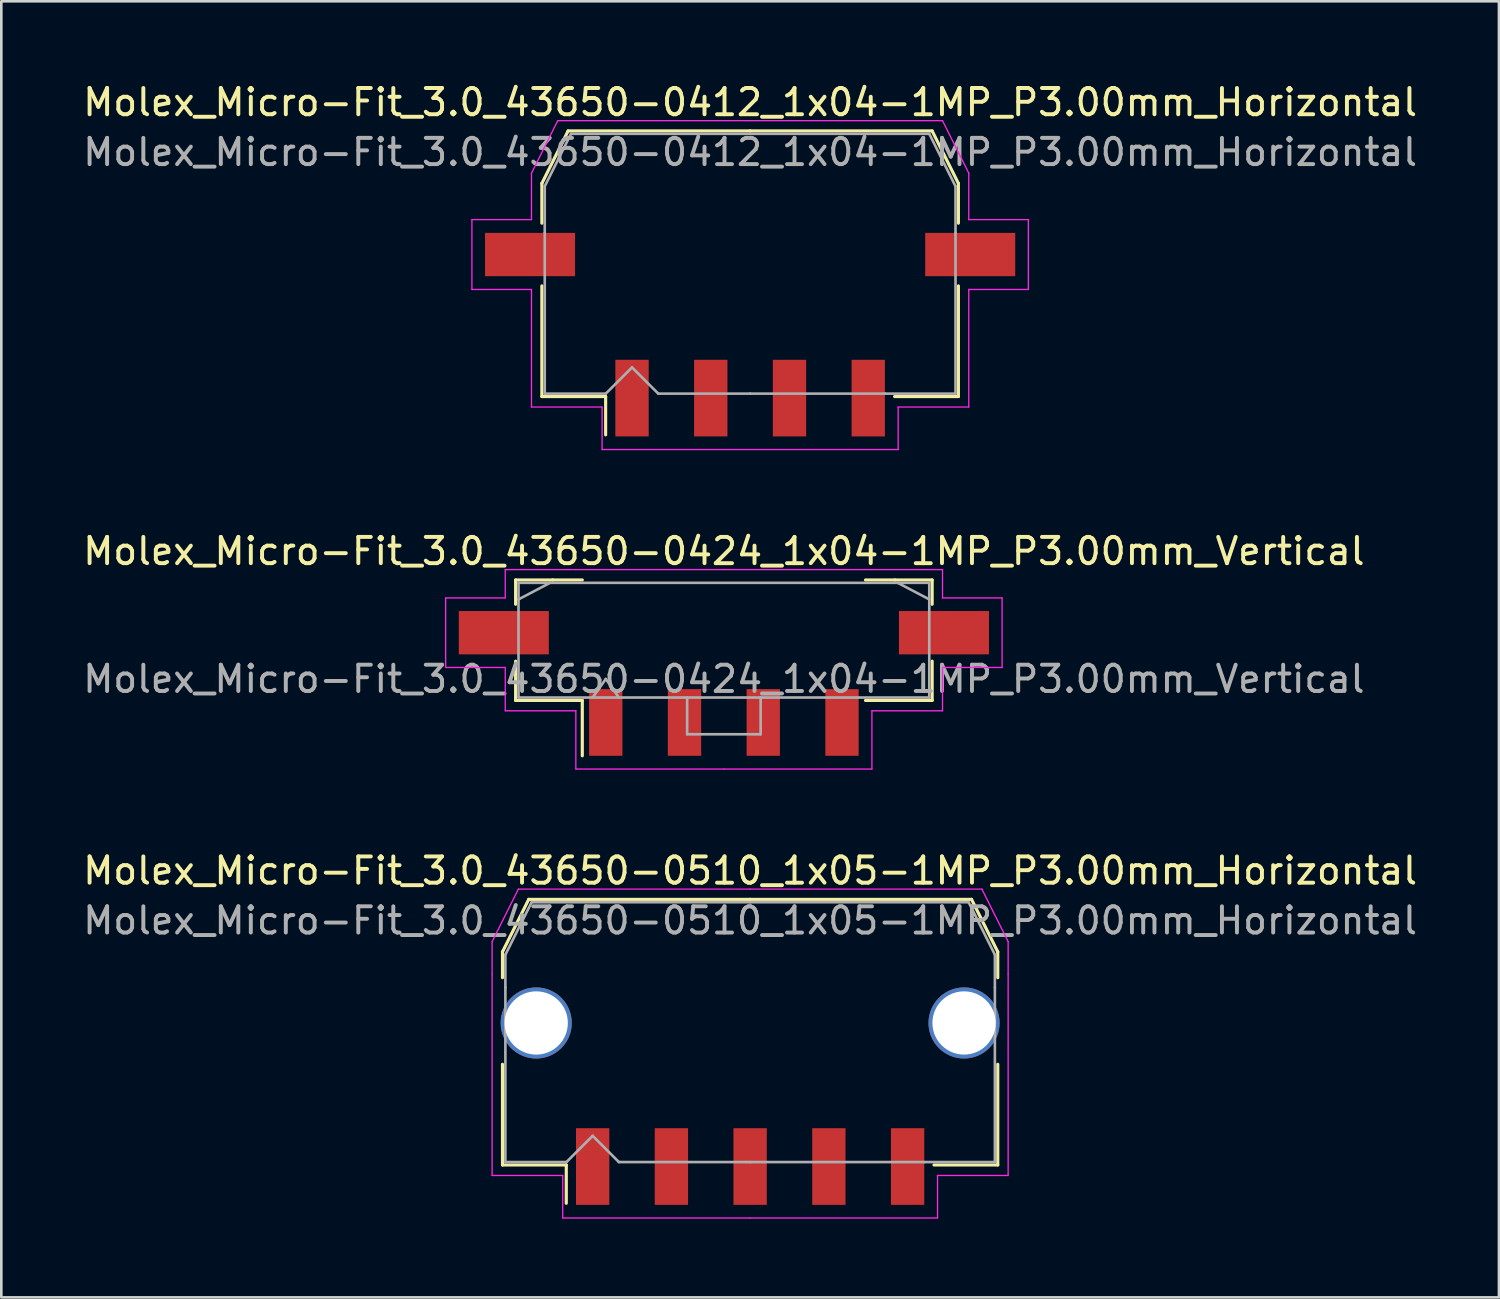
<source format=kicad_pcb>
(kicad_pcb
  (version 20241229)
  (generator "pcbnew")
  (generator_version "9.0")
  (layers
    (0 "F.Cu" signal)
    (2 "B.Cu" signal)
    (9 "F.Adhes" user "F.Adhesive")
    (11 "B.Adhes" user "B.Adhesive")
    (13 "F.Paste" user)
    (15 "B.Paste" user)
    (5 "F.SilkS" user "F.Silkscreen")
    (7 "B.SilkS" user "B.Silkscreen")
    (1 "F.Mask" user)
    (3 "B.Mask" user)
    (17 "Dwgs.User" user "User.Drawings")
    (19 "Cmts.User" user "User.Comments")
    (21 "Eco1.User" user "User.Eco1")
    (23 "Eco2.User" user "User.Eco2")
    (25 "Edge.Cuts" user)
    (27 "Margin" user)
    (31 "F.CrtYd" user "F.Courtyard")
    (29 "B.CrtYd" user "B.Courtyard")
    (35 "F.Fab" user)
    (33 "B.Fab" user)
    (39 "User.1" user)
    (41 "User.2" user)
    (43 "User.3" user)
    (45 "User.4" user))
  (footprint "Molex_Micro-Fit_3.0_43650-0424_1x04-1MP_P3.00mm_Vertical"
    (layer "F.Cu")
    (at 24.53 21.341)
    (property "Reference" "Molex_Micro-Fit_3.0_43650-0424_1x04-1MP_P3.00mm_Vertical" (at 0 -3.39 0) (layer "F.SilkS") (effects (font (size 1 1) (thickness 0.15))))
    (attr smd)
    (fp_line (start -7.935 -2.295) (end -6.515 -2.295) (stroke (width 0.12) (type solid)) (layer "F.SilkS"))
    (fp_line (start -7.935 -1.37) (end -7.935 -2.295) (stroke (width 0.12) (type solid)) (layer "F.SilkS"))
    (fp_line (start -7.935 0.8) (end -7.935 2.295) (stroke (width 0.12) (type solid)) (layer "F.SilkS"))
    (fp_line (start -7.935 2.295) (end -5.395 2.295) (stroke (width 0.12) (type solid)) (layer "F.SilkS"))
    (fp_line (start -6.515 -2.295) (end -5.395 -2.295) (stroke (width 0.12) (type solid)) (layer "F.SilkS"))
    (fp_line (start -5.395 2.295) (end -5.395 4.405) (stroke (width 0.12) (type solid)) (layer "F.SilkS"))
    (fp_line (start 6.515 -2.295) (end 5.395 -2.295) (stroke (width 0.12) (type solid)) (layer "F.SilkS"))
    (fp_line (start 7.935 -2.295) (end 6.515 -2.295) (stroke (width 0.12) (type solid)) (layer "F.SilkS"))
    (fp_line (start 7.935 -1.37) (end 7.935 -2.295) (stroke (width 0.12) (type solid)) (layer "F.SilkS"))
    (fp_line (start 7.935 0.8) (end 7.935 2.295) (stroke (width 0.12) (type solid)) (layer "F.SilkS"))
    (fp_line (start 7.935 2.295) (end 5.395 2.295) (stroke (width 0.12) (type solid)) (layer "F.SilkS"))
    (fp_line (start -10.6 -1.61) (end -10.6 1.04) (stroke (width 0.05) (type solid)) (layer "F.CrtYd"))
    (fp_line (start -10.6 1.04) (end -8.33 1.04) (stroke (width 0.05) (type solid)) (layer "F.CrtYd"))
    (fp_line (start -8.33 -2.69) (end -8.33 -1.61) (stroke (width 0.05) (type solid)) (layer "F.CrtYd"))
    (fp_line (start -8.33 -1.61) (end -10.6 -1.61) (stroke (width 0.05) (type solid)) (layer "F.CrtYd"))
    (fp_line (start -8.33 1.04) (end -8.33 2.69) (stroke (width 0.05) (type solid)) (layer "F.CrtYd"))
    (fp_line (start -8.33 2.69) (end -5.64 2.69) (stroke (width 0.05) (type solid)) (layer "F.CrtYd"))
    (fp_line (start -5.64 -2.69) (end -8.33 -2.69) (stroke (width 0.05) (type solid)) (layer "F.CrtYd"))
    (fp_line (start -5.64 2.69) (end -5.64 4.91) (stroke (width 0.05) (type solid)) (layer "F.CrtYd"))
    (fp_line (start -5.64 4.91) (end 0 4.91) (stroke (width 0.05) (type solid)) (layer "F.CrtYd"))
    (fp_line (start 0 -2.69) (end -5.64 -2.69) (stroke (width 0.05) (type solid)) (layer "F.CrtYd"))
    (fp_line (start 0 -2.69) (end 5.64 -2.69) (stroke (width 0.05) (type solid)) (layer "F.CrtYd"))
    (fp_line (start 5.64 -2.69) (end 8.33 -2.69) (stroke (width 0.05) (type solid)) (layer "F.CrtYd"))
    (fp_line (start 5.64 2.69) (end 5.64 4.91) (stroke (width 0.05) (type solid)) (layer "F.CrtYd"))
    (fp_line (start 5.64 4.91) (end 0 4.91) (stroke (width 0.05) (type solid)) (layer "F.CrtYd"))
    (fp_line (start 8.33 -2.69) (end 8.33 -1.61) (stroke (width 0.05) (type solid)) (layer "F.CrtYd"))
    (fp_line (start 8.33 -1.61) (end 10.6 -1.61) (stroke (width 0.05) (type solid)) (layer "F.CrtYd"))
    (fp_line (start 8.33 1.04) (end 8.33 2.69) (stroke (width 0.05) (type solid)) (layer "F.CrtYd"))
    (fp_line (start 8.33 2.69) (end 5.64 2.69) (stroke (width 0.05) (type solid)) (layer "F.CrtYd"))
    (fp_line (start 10.6 -1.61) (end 10.6 1.04) (stroke (width 0.05) (type solid)) (layer "F.CrtYd"))
    (fp_line (start 10.6 1.04) (end 8.33 1.04) (stroke (width 0.05) (type solid)) (layer "F.CrtYd"))
    (fp_line (start -7.825 -2.185) (end -7.825 2.185) (stroke (width 0.1) (type solid)) (layer "F.Fab"))
    (fp_line (start -7.825 -1.555) (end -6.625 -2.185) (stroke (width 0.1) (type solid)) (layer "F.Fab"))
    (fp_line (start -7.825 2.185) (end 7.825 2.185) (stroke (width 0.1) (type solid)) (layer "F.Fab"))
    (fp_line (start -6.625 -2.185) (end -7.825 -2.185) (stroke (width 0.1) (type solid)) (layer "F.Fab"))
    (fp_line (start -5 2.185) (end -4.5 1.478) (stroke (width 0.1) (type solid)) (layer "F.Fab"))
    (fp_line (start -4.5 1.478) (end -4 2.185) (stroke (width 0.1) (type solid)) (layer "F.Fab"))
    (fp_line (start -1.4 2.185) (end -1.4 3.585) (stroke (width 0.1) (type solid)) (layer "F.Fab"))
    (fp_line (start -1.4 3.585) (end 1.4 3.585) (stroke (width 0.1) (type solid)) (layer "F.Fab"))
    (fp_line (start 1.4 3.585) (end 1.4 2.185) (stroke (width 0.1) (type solid)) (layer "F.Fab"))
    (fp_line (start 6.625 -2.185) (end -6.625 -2.185) (stroke (width 0.1) (type solid)) (layer "F.Fab"))
    (fp_line (start 7.825 -2.185) (end 6.625 -2.185) (stroke (width 0.1) (type solid)) (layer "F.Fab"))
    (fp_line (start 7.825 -1.555) (end 6.625 -2.185) (stroke (width 0.1) (type solid)) (layer "F.Fab"))
    (fp_line (start 7.825 2.185) (end 7.825 -2.185) (stroke (width 0.1) (type solid)) (layer "F.Fab"))
    (fp_text user "${REFERENCE}" (at 0 1.48 0) (layer "F.Fab") (effects (font (size 1 1) (thickness 0.15))))
    (pad "1" smd rect (at -4.5 3.135) (size 1.27 2.54) (layers "F.Cu" "F.Mask" "F.Paste"))
    (pad "2" smd rect (at -1.5 3.135) (size 1.27 2.54) (layers "F.Cu" "F.Mask" "F.Paste"))
    (pad "3" smd rect (at 1.5 3.135) (size 1.27 2.54) (layers "F.Cu" "F.Mask" "F.Paste"))
    (pad "4" smd rect (at 4.5 3.135) (size 1.27 2.54) (layers "F.Cu" "F.Mask" "F.Paste"))
    (pad "MP" smd rect (at -8.385 -0.285) (size 3.43 1.65) (layers "F.Cu" "F.Mask" "F.Paste"))
    (pad "MP" smd rect (at 8.385 -0.285) (size 3.43 1.65) (layers "F.Cu" "F.Mask" "F.Paste")))
  (footprint "Molex_Micro-Fit_3.0_43650-0510_1x05-1MP_P3.00mm_Horizontal"
    (layer "F.Cu")
    (at 25.53 36.275)
    (property "Reference" "Molex_Micro-Fit_3.0_43650-0510_1x05-1MP_P3.00mm_Horizontal" (at 0 -6.15 0) (layer "F.SilkS") (effects (font (size 1 1) (thickness 0.15))))
    (attr smd)
    (fp_line (start -9.435 -3.06) (end -9.435 -2.075) (stroke (width 0.12) (type solid)) (layer "F.SilkS"))
    (fp_line (start -9.435 1.225) (end -9.435 5.06) (stroke (width 0.12) (type solid)) (layer "F.SilkS"))
    (fp_line (start -9.435 5.06) (end -7.005 5.06) (stroke (width 0.12) (type solid)) (layer "F.SilkS"))
    (fp_line (start -8.435 -5.06) (end -9.435 -3.06) (stroke (width 0.12) (type solid)) (layer "F.SilkS"))
    (fp_line (start -7.005 5.06) (end -7.005 6.52) (stroke (width 0.12) (type solid)) (layer "F.SilkS"))
    (fp_line (start 0 -5.06) (end -8.435 -5.06) (stroke (width 0.12) (type solid)) (layer "F.SilkS"))
    (fp_line (start 0 -5.06) (end 8.435 -5.06) (stroke (width 0.12) (type solid)) (layer "F.SilkS"))
    (fp_line (start 8.435 -5.06) (end 9.435 -3.06) (stroke (width 0.12) (type solid)) (layer "F.SilkS"))
    (fp_line (start 9.435 -3.06) (end 9.435 -2.075) (stroke (width 0.12) (type solid)) (layer "F.SilkS"))
    (fp_line (start 9.435 1.225) (end 9.435 5.06) (stroke (width 0.12) (type solid)) (layer "F.SilkS"))
    (fp_line (start 9.435 5.06) (end 7.005 5.06) (stroke (width 0.12) (type solid)) (layer "F.SilkS"))
    (fp_line (start -9.83 -3.45) (end -9.83 -2.21) (stroke (width 0.05) (type solid)) (layer "F.CrtYd"))
    (fp_line (start -9.83 -2.21) (end -9.83 5.46) (stroke (width 0.05) (type solid)) (layer "F.CrtYd"))
    (fp_line (start -9.83 5.46) (end -7.14 5.46) (stroke (width 0.05) (type solid)) (layer "F.CrtYd"))
    (fp_line (start -8.83 -5.45) (end -9.83 -3.45) (stroke (width 0.05) (type solid)) (layer "F.CrtYd"))
    (fp_line (start -7.14 5.46) (end -7.14 7.08) (stroke (width 0.05) (type solid)) (layer "F.CrtYd"))
    (fp_line (start -7.14 7.08) (end 0 7.08) (stroke (width 0.05) (type solid)) (layer "F.CrtYd"))
    (fp_line (start 0 -5.45) (end -8.83 -5.45) (stroke (width 0.05) (type solid)) (layer "F.CrtYd"))
    (fp_line (start 0 -5.45) (end 8.83 -5.45) (stroke (width 0.05) (type solid)) (layer "F.CrtYd"))
    (fp_line (start 7.14 5.46) (end 7.14 7.08) (stroke (width 0.05) (type solid)) (layer "F.CrtYd"))
    (fp_line (start 7.14 7.08) (end 0 7.08) (stroke (width 0.05) (type solid)) (layer "F.CrtYd"))
    (fp_line (start 8.83 -5.45) (end 9.83 -3.45) (stroke (width 0.05) (type solid)) (layer "F.CrtYd"))
    (fp_line (start 9.83 -3.45) (end 9.83 -2.21) (stroke (width 0.05) (type solid)) (layer "F.CrtYd"))
    (fp_line (start 9.83 -2.21) (end 9.83 5.46) (stroke (width 0.05) (type solid)) (layer "F.CrtYd"))
    (fp_line (start 9.83 5.46) (end 7.14 5.46) (stroke (width 0.05) (type solid)) (layer "F.CrtYd"))
    (fp_line (start -9.325 -2.95) (end -9.325 -1.705) (stroke (width 0.1) (type solid)) (layer "F.Fab"))
    (fp_line (start -9.325 -1.705) (end -9.325 4.95) (stroke (width 0.1) (type solid)) (layer "F.Fab"))
    (fp_line (start -9.325 4.95) (end -7 4.95) (stroke (width 0.1) (type solid)) (layer "F.Fab"))
    (fp_line (start -8.325 -4.95) (end -9.325 -2.95) (stroke (width 0.1) (type solid)) (layer "F.Fab"))
    (fp_line (start -7 4.95) (end -6 3.95) (stroke (width 0.1) (type solid)) (layer "F.Fab"))
    (fp_line (start -6 3.95) (end -5 4.95) (stroke (width 0.1) (type solid)) (layer "F.Fab"))
    (fp_line (start -5 4.95) (end 0 4.95) (stroke (width 0.1) (type solid)) (layer "F.Fab"))
    (fp_line (start 0 -4.95) (end -8.325 -4.95) (stroke (width 0.1) (type solid)) (layer "F.Fab"))
    (fp_line (start 0 -4.95) (end 8.325 -4.95) (stroke (width 0.1) (type solid)) (layer "F.Fab"))
    (fp_line (start 6.635 4.95) (end 0 4.95) (stroke (width 0.1) (type solid)) (layer "F.Fab"))
    (fp_line (start 8.325 -4.95) (end 9.325 -2.95) (stroke (width 0.1) (type solid)) (layer "F.Fab"))
    (fp_line (start 9.325 -2.95) (end 9.325 -1.705) (stroke (width 0.1) (type solid)) (layer "F.Fab"))
    (fp_line (start 9.325 -1.705) (end 9.325 4.95) (stroke (width 0.1) (type solid)) (layer "F.Fab"))
    (fp_line (start 9.325 4.95) (end 6.635 4.95) (stroke (width 0.1) (type solid)) (layer "F.Fab"))
    (fp_text user "${REFERENCE}" (at 0 -4.25 0) (layer "F.Fab") (effects (font (size 1 1) (thickness 0.15))))
    (pad "1" smd rect (at -6 5.12) (size 1.27 2.92) (layers "F.Cu" "F.Mask" "F.Paste"))
    (pad "2" smd rect (at -3 5.12) (size 1.27 2.92) (layers "F.Cu" "F.Mask" "F.Paste"))
    (pad "3" smd rect (at 0 5.12) (size 1.27 2.92) (layers "F.Cu" "F.Mask" "F.Paste"))
    (pad "4" smd rect (at 3 5.12) (size 1.27 2.92) (layers "F.Cu" "F.Mask" "F.Paste"))
    (pad "5" smd rect (at 6 5.12) (size 1.27 2.92) (layers "F.Cu" "F.Mask" "F.Paste"))
    (pad "MP" thru_hole circle (at -8.15 -0.35) (size 2.71 2.71) (drill 2.41) (property pad_prop_heatsink) (layers "*.Cu" "*.Mask"))
    (pad "MP" thru_hole circle (at 8.15 -0.35) (size 2.71 2.71) (drill 2.41) (property pad_prop_heatsink) (layers "*.Cu" "*.Mask")))
  (footprint "Molex_Micro-Fit_3.0_43650-0412_1x04-1MP_P3.00mm_Horizontal"
    (layer "F.Cu")
    (at 25.53 6.998)
    (property "Reference" "Molex_Micro-Fit_3.0_43650-0412_1x04-1MP_P3.00mm_Horizontal" (at 0 -6.15 0) (layer "F.SilkS") (effects (font (size 1 1) (thickness 0.15))))
    (attr smd)
    (fp_line (start -7.935 -3.06) (end -7.935 -1.545) (stroke (width 0.12) (type solid)) (layer "F.SilkS"))
    (fp_line (start -7.935 0.845) (end -7.935 5.06) (stroke (width 0.12) (type solid)) (layer "F.SilkS"))
    (fp_line (start -7.935 5.06) (end -5.505 5.06) (stroke (width 0.12) (type solid)) (layer "F.SilkS"))
    (fp_line (start -6.935 -5.06) (end -7.935 -3.06) (stroke (width 0.12) (type solid)) (layer "F.SilkS"))
    (fp_line (start -5.505 5.06) (end -5.505 6.52) (stroke (width 0.12) (type solid)) (layer "F.SilkS"))
    (fp_line (start 0 -5.06) (end -6.935 -5.06) (stroke (width 0.12) (type solid)) (layer "F.SilkS"))
    (fp_line (start 0 -5.06) (end 6.935 -5.06) (stroke (width 0.12) (type solid)) (layer "F.SilkS"))
    (fp_line (start 6.935 -5.06) (end 7.935 -3.06) (stroke (width 0.12) (type solid)) (layer "F.SilkS"))
    (fp_line (start 7.935 -3.06) (end 7.935 -1.545) (stroke (width 0.12) (type solid)) (layer "F.SilkS"))
    (fp_line (start 7.935 0.845) (end 7.935 5.06) (stroke (width 0.12) (type solid)) (layer "F.SilkS"))
    (fp_line (start 7.935 5.06) (end 5.505 5.06) (stroke (width 0.12) (type solid)) (layer "F.SilkS"))
    (fp_line (start -10.6 -1.68) (end -10.6 0.98) (stroke (width 0.05) (type solid)) (layer "F.CrtYd"))
    (fp_line (start -10.6 0.98) (end -8.33 0.98) (stroke (width 0.05) (type solid)) (layer "F.CrtYd"))
    (fp_line (start -8.33 -3.45) (end -8.33 -1.68) (stroke (width 0.05) (type solid)) (layer "F.CrtYd"))
    (fp_line (start -8.33 -1.68) (end -10.6 -1.68) (stroke (width 0.05) (type solid)) (layer "F.CrtYd"))
    (fp_line (start -8.33 0.98) (end -8.33 5.46) (stroke (width 0.05) (type solid)) (layer "F.CrtYd"))
    (fp_line (start -8.33 5.46) (end -5.64 5.46) (stroke (width 0.05) (type solid)) (layer "F.CrtYd"))
    (fp_line (start -7.33 -5.45) (end -8.33 -3.45) (stroke (width 0.05) (type solid)) (layer "F.CrtYd"))
    (fp_line (start -5.64 5.46) (end -5.64 7.08) (stroke (width 0.05) (type solid)) (layer "F.CrtYd"))
    (fp_line (start -5.64 7.08) (end 0 7.08) (stroke (width 0.05) (type solid)) (layer "F.CrtYd"))
    (fp_line (start 0 -5.45) (end -7.33 -5.45) (stroke (width 0.05) (type solid)) (layer "F.CrtYd"))
    (fp_line (start 0 -5.45) (end 7.33 -5.45) (stroke (width 0.05) (type solid)) (layer "F.CrtYd"))
    (fp_line (start 5.64 5.46) (end 5.64 7.08) (stroke (width 0.05) (type solid)) (layer "F.CrtYd"))
    (fp_line (start 5.64 7.08) (end 0 7.08) (stroke (width 0.05) (type solid)) (layer "F.CrtYd"))
    (fp_line (start 7.33 -5.45) (end 8.33 -3.45) (stroke (width 0.05) (type solid)) (layer "F.CrtYd"))
    (fp_line (start 8.33 -3.45) (end 8.33 -1.68) (stroke (width 0.05) (type solid)) (layer "F.CrtYd"))
    (fp_line (start 8.33 -1.68) (end 10.6 -1.68) (stroke (width 0.05) (type solid)) (layer "F.CrtYd"))
    (fp_line (start 8.33 0.98) (end 8.33 5.46) (stroke (width 0.05) (type solid)) (layer "F.CrtYd"))
    (fp_line (start 8.33 5.46) (end 5.64 5.46) (stroke (width 0.05) (type solid)) (layer "F.CrtYd"))
    (fp_line (start 10.6 -1.68) (end 10.6 0.98) (stroke (width 0.05) (type solid)) (layer "F.CrtYd"))
    (fp_line (start 10.6 0.98) (end 8.33 0.98) (stroke (width 0.05) (type solid)) (layer "F.CrtYd"))
    (fp_line (start -7.825 -2.95) (end -7.825 -1.175) (stroke (width 0.1) (type solid)) (layer "F.Fab"))
    (fp_line (start -7.825 -1.175) (end -7.825 4.95) (stroke (width 0.1) (type solid)) (layer "F.Fab"))
    (fp_line (start -7.825 4.95) (end -5.5 4.95) (stroke (width 0.1) (type solid)) (layer "F.Fab"))
    (fp_line (start -6.825 -4.95) (end -7.825 -2.95) (stroke (width 0.1) (type solid)) (layer "F.Fab"))
    (fp_line (start -5.5 4.95) (end -4.5 3.95) (stroke (width 0.1) (type solid)) (layer "F.Fab"))
    (fp_line (start -4.5 3.95) (end -3.5 4.95) (stroke (width 0.1) (type solid)) (layer "F.Fab"))
    (fp_line (start -3.5 4.95) (end 0 4.95) (stroke (width 0.1) (type solid)) (layer "F.Fab"))
    (fp_line (start 0 -4.95) (end -6.825 -4.95) (stroke (width 0.1) (type solid)) (layer "F.Fab"))
    (fp_line (start 0 -4.95) (end 6.825 -4.95) (stroke (width 0.1) (type solid)) (layer "F.Fab"))
    (fp_line (start 5.135 4.95) (end 0 4.95) (stroke (width 0.1) (type solid)) (layer "F.Fab"))
    (fp_line (start 6.825 -4.95) (end 7.825 -2.95) (stroke (width 0.1) (type solid)) (layer "F.Fab"))
    (fp_line (start 7.825 -2.95) (end 7.825 -1.175) (stroke (width 0.1) (type solid)) (layer "F.Fab"))
    (fp_line (start 7.825 -1.175) (end 7.825 4.95) (stroke (width 0.1) (type solid)) (layer "F.Fab"))
    (fp_line (start 7.825 4.95) (end 5.135 4.95) (stroke (width 0.1) (type solid)) (layer "F.Fab"))
    (fp_text user "${REFERENCE}" (at 0 -4.25 0) (layer "F.Fab") (effects (font (size 1 1) (thickness 0.15))))
    (pad "1" smd rect (at -4.5 5.12) (size 1.27 2.92) (layers "F.Cu" "F.Mask" "F.Paste"))
    (pad "2" smd rect (at -1.5 5.12) (size 1.27 2.92) (layers "F.Cu" "F.Mask" "F.Paste"))
    (pad "3" smd rect (at 1.5 5.12) (size 1.27 2.92) (layers "F.Cu" "F.Mask" "F.Paste"))
    (pad "4" smd rect (at 4.5 5.12) (size 1.27 2.92) (layers "F.Cu" "F.Mask" "F.Paste"))
    (pad "MP" smd rect (at -8.385 -0.35) (size 3.43 1.65) (layers "F.Cu" "F.Mask" "F.Paste"))
    (pad "MP" smd rect (at 8.385 -0.35) (size 3.43 1.65) (layers "F.Cu" "F.Mask" "F.Paste")))
  (gr_rect
    (start -3 -3)
    (end 54.06 46.38)
    (stroke (width 0.1) (type default))
    (fill no)
    (layer "Edge.Cuts")))
</source>
